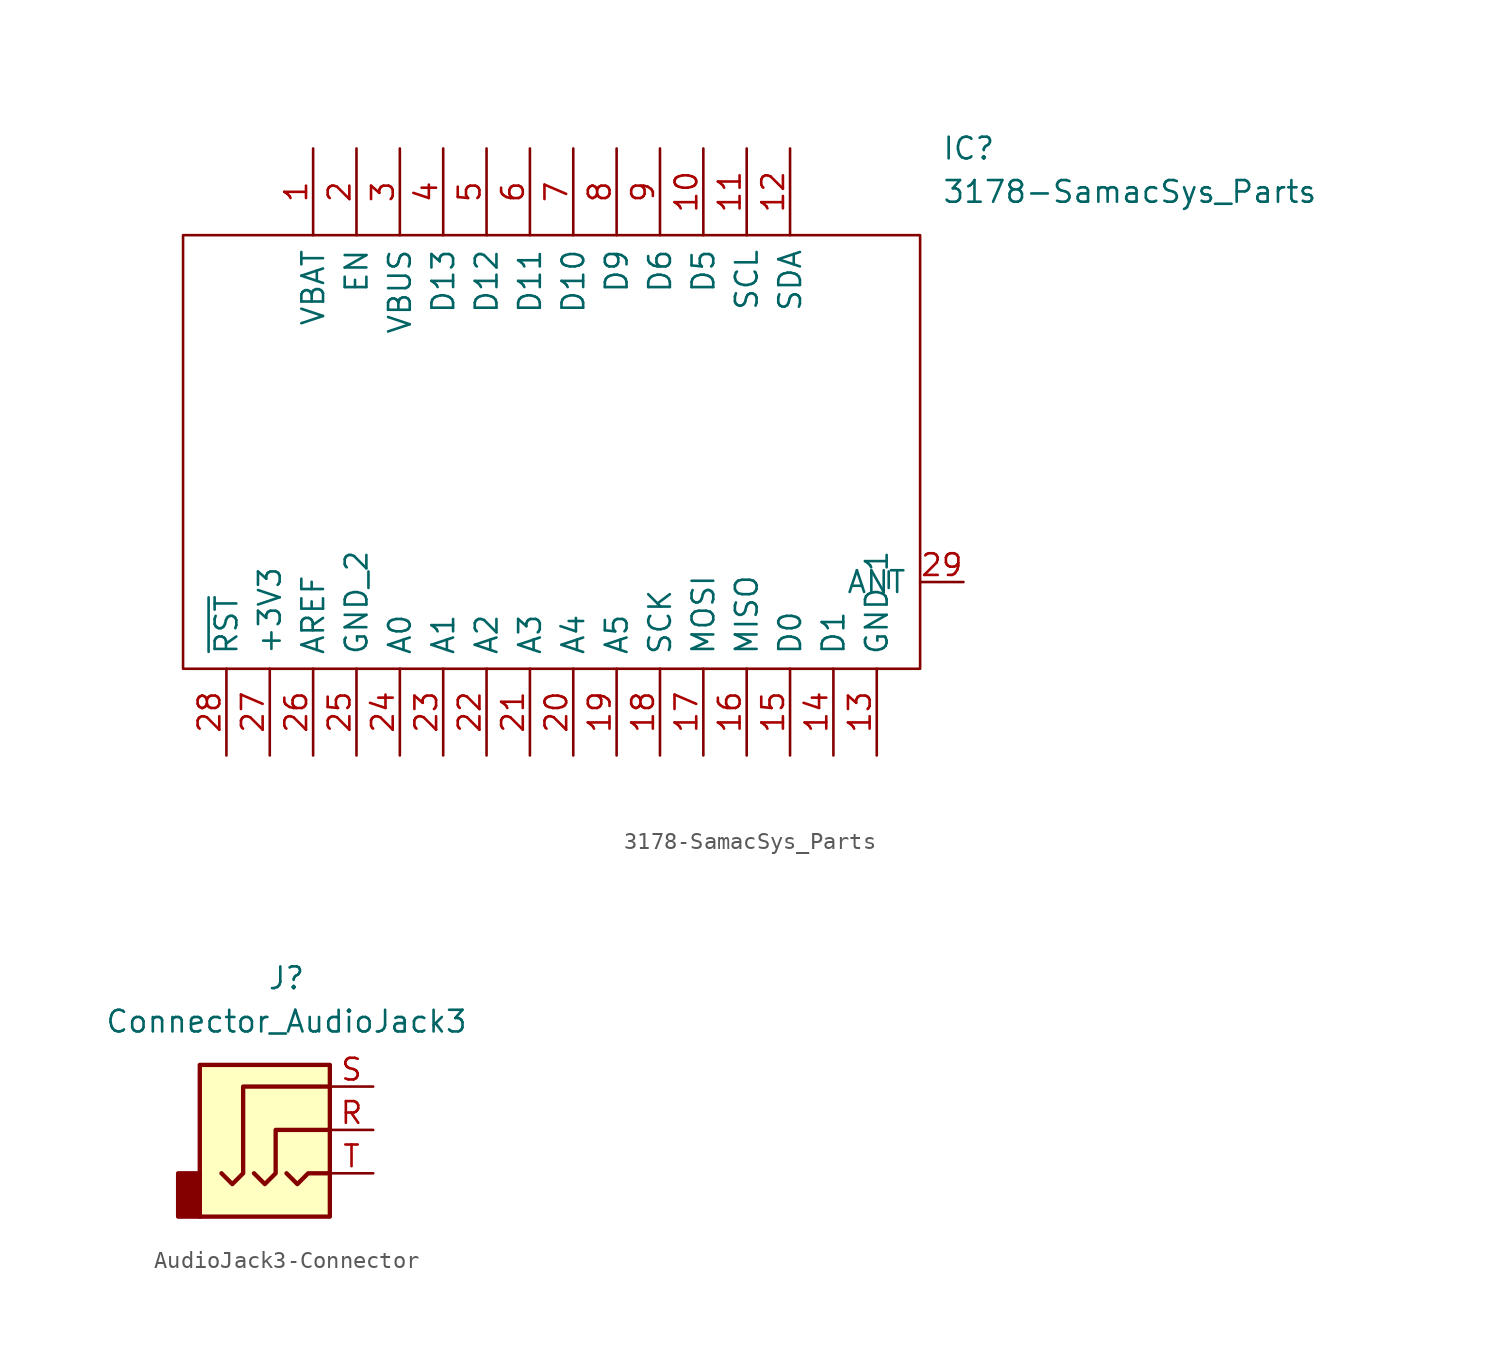
<source format=kicad_sym>
(kicad_symbol_lib
  (version 20220914)
  (generator kicad_symbol_editor)
  (symbol "3178-SamacSys_Parts"
    (pin_names
      (offset 0.762))
    (property "Reference" "IC"
      (at 49.53 15.24 0)
      (effects (font (size 1.27 1.27)) (justify left)))
    (property "Value" "3178-SamacSys_Parts"
      (at 49.53 12.7 0)
      (effects (font (size 1.27 1.27)) (justify left)))
    (symbol "3178-SamacSys_Parts_0_0"
      (pin unspecified line (at 12.7 15.24 270) (length 5.08) (name "VBAT" (effects (font (size 1.27 1.27)))) (number "1" (effects (font (size 1.27 1.27)))))
      (pin unspecified line (at 35.56 15.24 270) (length 5.08) (name "D5" (effects (font (size 1.27 1.27)))) (number "10" (effects (font (size 1.27 1.27)))))
      (pin unspecified line (at 38.1 15.24 270) (length 5.08) (name "SCL" (effects (font (size 1.27 1.27)))) (number "11" (effects (font (size 1.27 1.27)))))
      (pin unspecified line (at 40.64 15.24 270) (length 5.08) (name "SDA" (effects (font (size 1.27 1.27)))) (number "12" (effects (font (size 1.27 1.27)))))
      (pin unspecified line (at 45.72 -20.32 90) (length 5.08) (name "GND_1" (effects (font (size 1.27 1.27)))) (number "13" (effects (font (size 1.27 1.27)))))
      (pin unspecified line (at 43.18 -20.32 90) (length 5.08) (name "D1" (effects (font (size 1.27 1.27)))) (number "14" (effects (font (size 1.27 1.27)))))
      (pin unspecified line (at 40.64 -20.32 90) (length 5.08) (name "D0" (effects (font (size 1.27 1.27)))) (number "15" (effects (font (size 1.27 1.27)))))
      (pin unspecified line (at 38.1 -20.32 90) (length 5.08) (name "MISO" (effects (font (size 1.27 1.27)))) (number "16" (effects (font (size 1.27 1.27)))))
      (pin unspecified line (at 35.56 -20.32 90) (length 5.08) (name "MOSI" (effects (font (size 1.27 1.27)))) (number "17" (effects (font (size 1.27 1.27)))))
      (pin unspecified line (at 33.02 -20.32 90) (length 5.08) (name "SCK" (effects (font (size 1.27 1.27)))) (number "18" (effects (font (size 1.27 1.27)))))
      (pin unspecified line (at 30.48 -20.32 90) (length 5.08) (name "A5" (effects (font (size 1.27 1.27)))) (number "19" (effects (font (size 1.27 1.27)))))
      (pin unspecified line (at 15.24 15.24 270) (length 5.08) (name "EN" (effects (font (size 1.27 1.27)))) (number "2" (effects (font (size 1.27 1.27)))))
      (pin unspecified line (at 27.94 -20.32 90) (length 5.08) (name "A4" (effects (font (size 1.27 1.27)))) (number "20" (effects (font (size 1.27 1.27)))))
      (pin unspecified line (at 25.4 -20.32 90) (length 5.08) (name "A3" (effects (font (size 1.27 1.27)))) (number "21" (effects (font (size 1.27 1.27)))))
      (pin unspecified line (at 22.86 -20.32 90) (length 5.08) (name "A2" (effects (font (size 1.27 1.27)))) (number "22" (effects (font (size 1.27 1.27)))))
      (pin unspecified line (at 20.32 -20.32 90) (length 5.08) (name "A1" (effects (font (size 1.27 1.27)))) (number "23" (effects (font (size 1.27 1.27)))))
      (pin unspecified line (at 17.78 -20.32 90) (length 5.08) (name "A0" (effects (font (size 1.27 1.27)))) (number "24" (effects (font (size 1.27 1.27)))))
      (pin unspecified line (at 15.24 -20.32 90) (length 5.08) (name "GND_2" (effects (font (size 1.27 1.27)))) (number "25" (effects (font (size 1.27 1.27)))))
      (pin unspecified line (at 12.7 -20.32 90) (length 5.08) (name "AREF" (effects (font (size 1.27 1.27)))) (number "26" (effects (font (size 1.27 1.27)))))
      (pin unspecified line (at 10.16 -20.32 90) (length 5.08) (name "+3V3" (effects (font (size 1.27 1.27)))) (number "27" (effects (font (size 1.27 1.27)))))
      (pin unspecified line (at 7.62 -20.32 90) (length 5.08) (name "~{RST}" (effects (font (size 1.27 1.27)))) (number "28" (effects (font (size 1.27 1.27)))))
      (pin unspecified line (at 17.78 15.24 270) (length 5.08) (name "VBUS" (effects (font (size 1.27 1.27)))) (number "3" (effects (font (size 1.27 1.27)))))
      (pin unspecified line (at 20.32 15.24 270) (length 5.08) (name "D13" (effects (font (size 1.27 1.27)))) (number "4" (effects (font (size 1.27 1.27)))))
      (pin unspecified line (at 22.86 15.24 270) (length 5.08) (name "D12" (effects (font (size 1.27 1.27)))) (number "5" (effects (font (size 1.27 1.27)))))
      (pin unspecified line (at 25.4 15.24 270) (length 5.08) (name "D11" (effects (font (size 1.27 1.27)))) (number "6" (effects (font (size 1.27 1.27)))))
      (pin unspecified line (at 27.94 15.24 270) (length 5.08) (name "D10" (effects (font (size 1.27 1.27)))) (number "7" (effects (font (size 1.27 1.27)))))
      (pin unspecified line (at 30.48 15.24 270) (length 5.08) (name "D9" (effects (font (size 1.27 1.27)))) (number "8" (effects (font (size 1.27 1.27)))))
      (pin unspecified line (at 33.02 15.24 270) (length 5.08) (name "D6" (effects (font (size 1.27 1.27)))) (number "9" (effects (font (size 1.27 1.27))))))
    (symbol "3178-SamacSys_Parts_0_1"
      (polyline (pts (xy 5.08 10.16) (xy 48.26 10.16) (xy 48.26 -15.24) (xy 5.08 -15.24) (xy 5.08 10.16)) (stroke (width 0.152) (type solid)) (fill (type none))))
    (symbol "3178-SamacSys_Parts_1_1"
      (pin output line (at 50.8 -10.16 180) (length 2.54) (name "ANT" (effects (font (size 1.27 1.27)))) (number "29" (effects (font (size 1.27 1.27)))))))
  (symbol "AudioJack3-Connector"
    (property "Reference" "J"
      (at 0 8.89 0)
      (effects (font (size 1.27 1.27))))
    (property "Value" "Connector_AudioJack3"
      (at 0 6.35 0)
      (effects (font (size 1.27 1.27))))
    (symbol "AudioJack3-Connector_0_1"
      (rectangle (start -5.08 -5.08) (end -6.35 -2.54) (stroke (width 0.254) (type solid)) (fill (type outline)))
      (polyline (pts (xy 0 -2.54) (xy 0.635 -3.175) (xy 1.27 -2.54) (xy 2.54 -2.54)) (stroke (width 0.254) (type solid)) (fill (type none)))
      (polyline (pts (xy -1.905 -2.54) (xy -1.27 -3.175) (xy -0.635 -2.54) (xy -0.635 0) (xy 2.54 0)) (stroke (width 0.254) (type solid)) (fill (type none)))
      (polyline (pts (xy 2.54 2.54) (xy -2.54 2.54) (xy -2.54 -2.54) (xy -3.175 -3.175) (xy -3.81 -2.54)) (stroke (width 0.254) (type solid)) (fill (type none)))
      (rectangle (start 2.54 3.81) (end -5.08 -5.08) (stroke (width 0.254) (type solid)) (fill (type background))))
    (symbol "AudioJack3-Connector_1_1"
      (pin passive line (at 5.08 0 180) (length 2.54) (name "~" (effects (font (size 1.27 1.27)))) (number "R" (effects (font (size 1.27 1.27)))))
      (pin passive line (at 5.08 2.54 180) (length 2.54) (name "~" (effects (font (size 1.27 1.27)))) (number "S" (effects (font (size 1.27 1.27)))))
      (pin passive line (at 5.08 -2.54 180) (length 2.54) (name "~" (effects (font (size 1.27 1.27)))) (number "T" (effects (font (size 1.27 1.27))))))))
</source>
